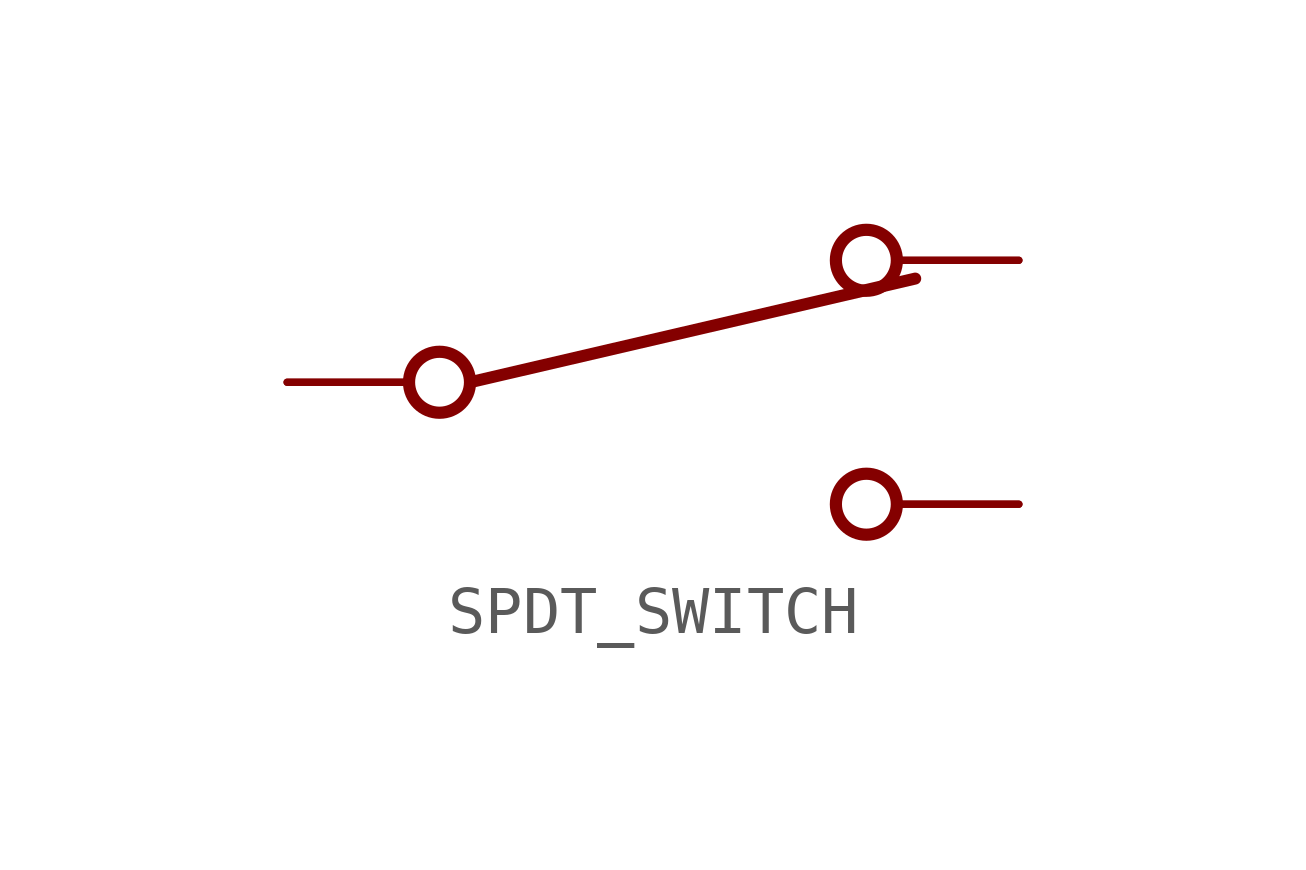
<source format=kicad_sym>
(kicad_symbol_lib
  (version 20231120)
  (generator "kicad_symbol_editor")
  (generator_version "8.0")
  (symbol "SPDT_SWITCH"
    (property "Reference" "S"
      (at 0 0 0)
      (effects (font (size 1.27 1.27)) (hide yes)))
    (property "ki_locked" ""
      (at 0 0 0)
      (effects (font (size 1.27 1.27))))
    (symbol "SPDT_SWITCH_1_0"
      (circle (center -4.636 0) (radius 0.635) (stroke (width 0.254) (type solid)) (fill (type none)))
      (polyline (pts (xy -4.001 0) (xy 5.271 2.159)) (stroke (width 0.25) (type solid)) (fill (type none)))
      (circle (center 4.254 -2.54) (radius 0.635) (stroke (width 0.254) (type solid)) (fill (type none)))
      (circle (center 4.254 2.54) (radius 0.635) (stroke (width 0.254) (type solid)) (fill (type none)))
      (pin passive line (at 7.43 2.54 180) (length 2.54) (name "C3" (effects (font (size 0 0)))) (number "1" (effects (font (size 0 0)))))
      (pin passive line (at 7.43 2.54 180) (length 2.54) (name "C3" (effects (font (size 0 0)))) (number "1B" (effects (font (size 0 0)))))
      (pin passive line (at -7.81 0 0) (length 2.54) (name "C1" (effects (font (size 0 0)))) (number "2" (effects (font (size 0 0)))))
      (pin passive line (at -7.81 0 0) (length 2.54) (name "C1" (effects (font (size 0 0)))) (number "2B" (effects (font (size 0 0)))))
      (pin passive line (at 7.43 -2.54 180) (length 2.54) (name "C2" (effects (font (size 0 0)))) (number "3" (effects (font (size 0 0)))))
      (pin passive line (at 7.43 -2.54 180) (length 2.54) (name "C2" (effects (font (size 0 0)))) (number "3B" (effects (font (size 0 0))))))))
</source>
